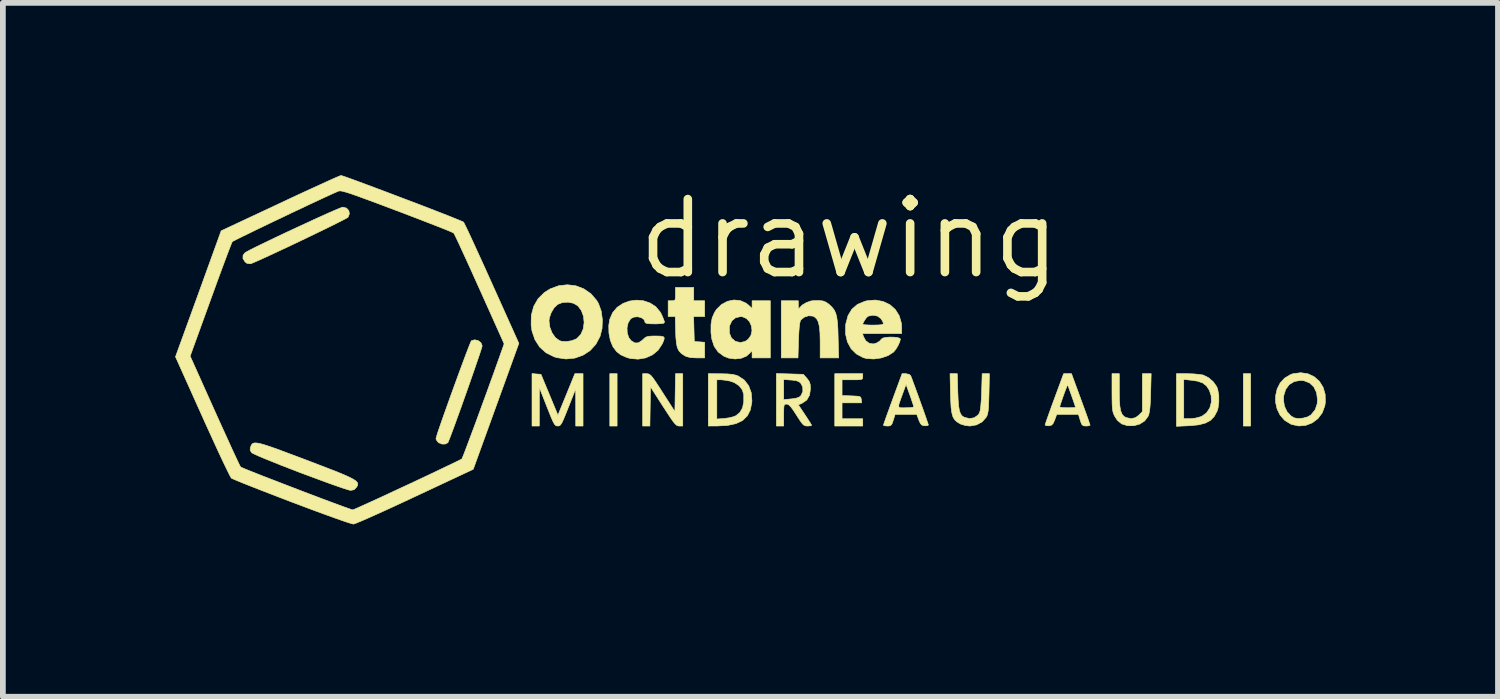
<source format=kicad_pcb>
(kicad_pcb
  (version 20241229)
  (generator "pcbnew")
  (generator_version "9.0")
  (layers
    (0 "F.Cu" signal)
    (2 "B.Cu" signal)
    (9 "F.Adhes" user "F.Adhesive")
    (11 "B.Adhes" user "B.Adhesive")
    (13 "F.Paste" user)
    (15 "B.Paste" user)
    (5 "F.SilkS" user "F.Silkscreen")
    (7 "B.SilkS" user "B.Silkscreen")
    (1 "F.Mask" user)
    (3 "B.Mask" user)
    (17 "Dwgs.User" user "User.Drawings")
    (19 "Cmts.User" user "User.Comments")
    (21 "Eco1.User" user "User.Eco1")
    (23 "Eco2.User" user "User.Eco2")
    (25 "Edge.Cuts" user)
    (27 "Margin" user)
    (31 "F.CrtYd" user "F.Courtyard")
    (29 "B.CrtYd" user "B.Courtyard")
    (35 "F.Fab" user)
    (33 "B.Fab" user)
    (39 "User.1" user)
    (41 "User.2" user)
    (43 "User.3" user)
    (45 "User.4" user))
  (footprint "drawing"
    (layer "F.Cu")
    (at 11.735 1.106)
    (property "Reference" "drawing" (at 0 0 0) (layer "F.SilkS") (effects (font (size 1.27 1.27) (thickness 0.15))))
    (attr through_hole)
    (fp_poly (pts (xy -4.043 3.26) (xy -4.17 3.26) (xy -4.17 2.349) (xy -4.043 2.349) (xy -4.043 3.26)) (stroke (width 0.01) (type solid)) (fill yes) (layer "F.SilkS"))
    (fp_poly (pts (xy 6.985 3.26) (xy 6.858 3.26) (xy 6.858 2.349) (xy 6.985 2.349) (xy 6.985 3.26)) (stroke (width 0.01) (type solid)) (fill yes) (layer "F.SilkS"))
    (fp_poly (pts (xy 0.233 2.402) (xy 0.231 2.428) (xy 0.221 2.444) (xy 0.193 2.452) (xy 0.139 2.455) (xy 0.053 2.455) (xy -0.127 2.455) (xy -0.127 2.729) (xy 0.037 2.735) (xy 0.119 2.739) (xy 0.169 2.744) (xy 0.194 2.756) (xy 0.204 2.776) (xy 0.208 2.799) (xy 0.214 2.857) (xy -0.127 2.857) (xy -0.127 3.133) (xy 0.233 3.133) (xy 0.233 3.26) (xy -0.254 3.26) (xy -0.254 2.349) (xy 0.233 2.349) (xy 0.233 2.402)) (stroke (width 0.01) (type solid)) (fill yes) (layer "F.SilkS"))
    (fp_poly (pts (xy -3.504 2.351) (xy -3.481 2.36) (xy -3.456 2.379) (xy -3.425 2.415) (xy -3.384 2.472) (xy -3.329 2.555) (xy -3.256 2.668) (xy -3.249 2.679) (xy -3.037 3.009) (xy -3.026 2.349) (xy -2.9 2.349) (xy -2.9 3.26) (xy -2.962 3.26) (xy -2.985 3.257) (xy -3.008 3.246) (xy -3.034 3.222) (xy -3.068 3.181) (xy -3.113 3.117) (xy -3.173 3.026) (xy -3.242 2.92) (xy -3.461 2.579) (xy -3.467 2.92) (xy -3.472 3.26) (xy -3.598 3.26) (xy -3.598 2.349) (xy -3.53 2.349) (xy -3.504 2.351)) (stroke (width 0.01) (type solid)) (fill yes) (layer "F.SilkS"))
    (fp_poly (pts (xy -2.709 1.079) (xy -2.519 1.079) (xy -2.519 1.355) (xy -2.711 1.355) (xy -2.705 1.572) (xy -2.699 1.789) (xy -2.609 1.795) (xy -2.519 1.802) (xy -2.519 2.074) (xy -2.662 2.074) (xy -2.762 2.069) (xy -2.835 2.051) (xy -2.872 2.033) (xy -2.928 1.994) (xy -2.967 1.951) (xy -2.994 1.896) (xy -3.01 1.821) (xy -3.02 1.717) (xy -3.024 1.615) (xy -3.031 1.355) (xy -3.154 1.355) (xy -3.154 1.079) (xy -3.09 1.079) (xy -3.054 1.078) (xy -3.035 1.065) (xy -3.028 1.031) (xy -3.027 0.965) (xy -3.027 0.847) (xy -2.709 0.847) (xy -2.709 1.079)) (stroke (width 0.01) (type solid)) (fill yes) (layer "F.SilkS"))
    (fp_poly (pts (xy -5.446 2.354) (xy -5.368 2.36) (xy -5.073 3.071) (xy -4.925 2.71) (xy -4.778 2.349) (xy -4.636 2.349) (xy -4.636 3.26) (xy -4.763 3.26) (xy -4.763 2.937) (xy -4.764 2.614) (xy -4.892 2.937) (xy -4.94 3.057) (xy -4.975 3.142) (xy -5.002 3.2) (xy -5.024 3.235) (xy -5.043 3.253) (xy -5.063 3.259) (xy -5.076 3.26) (xy -5.098 3.257) (xy -5.117 3.247) (xy -5.136 3.223) (xy -5.159 3.181) (xy -5.189 3.113) (xy -5.228 3.016) (xy -5.264 2.926) (xy -5.395 2.593) (xy -5.396 2.926) (xy -5.397 3.26) (xy -5.524 3.26) (xy -5.524 2.347) (xy -5.446 2.354)) (stroke (width 0.01) (type solid)) (fill yes) (layer "F.SilkS"))
    (fp_poly (pts (xy 4.699 2.647) (xy 4.701 2.799) (xy 4.709 2.914) (xy 4.724 2.998) (xy 4.748 3.056) (xy 4.781 3.093) (xy 4.816 3.112) (xy 4.906 3.132) (xy 4.982 3.114) (xy 5.039 3.071) (xy 5.101 3.009) (xy 5.101 2.349) (xy 5.254 2.349) (xy 5.245 2.683) (xy 5.241 2.822) (xy 5.234 2.926) (xy 5.225 3.002) (xy 5.213 3.057) (xy 5.2 3.092) (xy 5.14 3.172) (xy 5.053 3.227) (xy 4.95 3.255) (xy 4.841 3.254) (xy 4.741 3.223) (xy 4.667 3.163) (xy 4.62 3.091) (xy 4.601 3.051) (xy 4.588 3.01) (xy 4.58 2.96) (xy 4.575 2.893) (xy 4.573 2.801) (xy 4.572 2.674) (xy 4.572 2.349) (xy 4.699 2.349) (xy 4.699 2.647)) (stroke (width 0.01) (type solid)) (fill yes) (layer "F.SilkS"))
    (fp_poly (pts (xy -2.238 2.35) (xy -2.121 2.353) (xy -2.035 2.361) (xy -1.97 2.376) (xy -1.936 2.389) (xy -1.83 2.459) (xy -1.753 2.558) (xy -1.708 2.68) (xy -1.696 2.821) (xy -1.698 2.847) (xy -1.723 2.979) (xy -1.776 3.083) (xy -1.858 3.163) (xy -1.971 3.217) (xy -2.117 3.249) (xy -2.291 3.259) (xy -2.455 3.26) (xy -2.455 2.455) (xy -2.307 2.455) (xy -2.307 3.138) (xy -2.172 3.128) (xy -2.089 3.116) (xy -2.014 3.097) (xy -1.974 3.08) (xy -1.904 3.022) (xy -1.859 2.943) (xy -1.838 2.839) (xy -1.838 2.715) (xy -1.862 2.632) (xy -1.92 2.558) (xy -2.004 2.503) (xy -2.076 2.478) (xy -2.152 2.464) (xy -2.221 2.456) (xy -2.245 2.455) (xy -2.307 2.455) (xy -2.455 2.455) (xy -2.455 2.349) (xy -2.238 2.35)) (stroke (width 0.01) (type solid)) (fill yes) (layer "F.SilkS"))
    (fp_poly (pts (xy 5.985 2.352) (xy 6.076 2.36) (xy 6.146 2.37) (xy 6.163 2.374) (xy 6.253 2.419) (xy 6.334 2.489) (xy 6.394 2.573) (xy 6.412 2.619) (xy 6.431 2.726) (xy 6.432 2.841) (xy 6.418 2.948) (xy 6.402 3) (xy 6.352 3.093) (xy 6.287 3.161) (xy 6.199 3.208) (xy 6.084 3.239) (xy 5.934 3.254) (xy 5.911 3.255) (xy 5.694 3.265) (xy 5.694 3.133) (xy 5.821 3.133) (xy 5.932 3.132) (xy 6.028 3.122) (xy 6.119 3.097) (xy 6.134 3.091) (xy 6.218 3.031) (xy 6.275 2.945) (xy 6.302 2.843) (xy 6.298 2.732) (xy 6.266 2.636) (xy 6.217 2.562) (xy 6.152 2.511) (xy 6.061 2.479) (xy 5.962 2.464) (xy 5.821 2.449) (xy 5.821 3.133) (xy 5.694 3.133) (xy 5.694 2.349) (xy 5.887 2.349) (xy 5.985 2.352)) (stroke (width 0.01) (type solid)) (fill yes) (layer "F.SilkS"))
    (fp_poly (pts (xy -8.753 -0.533) (xy -8.713 -0.49) (xy -8.703 -0.433) (xy -8.726 -0.375) (xy -8.749 -0.36) (xy -8.806 -0.33) (xy -8.892 -0.286) (xy -9.002 -0.231) (xy -9.13 -0.168) (xy -9.273 -0.099) (xy -9.426 -0.025) (xy -9.583 0.05) (xy -9.74 0.125) (xy -9.892 0.196) (xy -10.035 0.263) (xy -10.163 0.322) (xy -10.271 0.371) (xy -10.355 0.408) (xy -10.41 0.431) (xy -10.427 0.436) (xy -10.483 0.43) (xy -10.518 0.404) (xy -10.556 0.345) (xy -10.554 0.287) (xy -10.523 0.247) (xy -10.494 0.228) (xy -10.431 0.194) (xy -10.34 0.148) (xy -10.225 0.092) (xy -10.092 0.028) (xy -9.946 -0.042) (xy -9.791 -0.115) (xy -9.632 -0.189) (xy -9.474 -0.262) (xy -9.323 -0.332) (xy -9.182 -0.396) (xy -9.058 -0.452) (xy -8.954 -0.497) (xy -8.875 -0.53) (xy -8.827 -0.548) (xy -8.816 -0.55) (xy -8.753 -0.533)) (stroke (width 0.01) (type solid)) (fill yes) (layer "F.SilkS"))
    (fp_poly (pts (xy 1.888 2.662) (xy 1.894 2.807) (xy 1.903 2.915) (xy 1.916 2.993) (xy 1.936 3.048) (xy 1.963 3.084) (xy 2 3.108) (xy 2.004 3.109) (xy 2.091 3.13) (xy 2.174 3.116) (xy 2.24 3.069) (xy 2.266 3.03) (xy 2.279 2.983) (xy 2.289 2.898) (xy 2.298 2.783) (xy 2.303 2.662) (xy 2.312 2.349) (xy 2.438 2.349) (xy 2.431 2.693) (xy 2.427 2.826) (xy 2.423 2.924) (xy 2.417 2.994) (xy 2.408 3.044) (xy 2.396 3.081) (xy 2.381 3.109) (xy 2.311 3.188) (xy 2.214 3.24) (xy 2.101 3.26) (xy 2.095 3.26) (xy 2.016 3.25) (xy 1.94 3.227) (xy 1.926 3.22) (xy 1.872 3.187) (xy 1.832 3.149) (xy 1.803 3.099) (xy 1.784 3.03) (xy 1.771 2.937) (xy 1.764 2.813) (xy 1.76 2.693) (xy 1.753 2.349) (xy 1.879 2.349) (xy 1.888 2.662)) (stroke (width 0.01) (type solid)) (fill yes) (layer "F.SilkS"))
    (fp_poly (pts (xy -0.46 1.083) (xy -0.403 1.106) (xy -0.347 1.147) (xy -0.347 1.148) (xy -0.299 1.194) (xy -0.263 1.241) (xy -0.237 1.296) (xy -0.219 1.366) (xy -0.207 1.458) (xy -0.199 1.579) (xy -0.195 1.72) (xy -0.186 2.074) (xy -0.508 2.074) (xy -0.508 1.794) (xy -0.511 1.644) (xy -0.521 1.532) (xy -0.54 1.45) (xy -0.569 1.394) (xy -0.609 1.359) (xy -0.638 1.346) (xy -0.71 1.341) (xy -0.783 1.364) (xy -0.841 1.41) (xy -0.852 1.426) (xy -0.862 1.465) (xy -0.872 1.538) (xy -0.879 1.638) (xy -0.885 1.757) (xy -0.885 1.773) (xy -0.894 2.074) (xy -1.185 2.074) (xy -1.185 1.079) (xy -0.889 1.079) (xy -0.888 1.159) (xy -0.886 1.207) (xy -0.878 1.217) (xy -0.867 1.203) (xy -0.821 1.155) (xy -0.75 1.112) (xy -0.672 1.084) (xy -0.635 1.078) (xy -0.533 1.075) (xy -0.46 1.083)) (stroke (width 0.01) (type solid)) (fill yes) (layer "F.SilkS"))
    (fp_poly (pts (xy -6.461 1.773) (xy -6.413 1.809) (xy -6.392 1.862) (xy -6.392 1.867) (xy -6.399 1.894) (xy -6.419 1.957) (xy -6.449 2.048) (xy -6.489 2.164) (xy -6.535 2.299) (xy -6.587 2.448) (xy -6.642 2.605) (xy -6.699 2.765) (xy -6.755 2.924) (xy -6.81 3.075) (xy -6.86 3.214) (xy -6.905 3.336) (xy -6.942 3.435) (xy -6.97 3.507) (xy -6.986 3.545) (xy -6.989 3.55) (xy -7.032 3.573) (xy -7.091 3.574) (xy -7.146 3.552) (xy -7.162 3.538) (xy -7.189 3.501) (xy -7.196 3.48) (xy -7.189 3.452) (xy -7.17 3.389) (xy -7.139 3.297) (xy -7.099 3.182) (xy -7.052 3.048) (xy -6.999 2.9) (xy -6.943 2.743) (xy -6.885 2.583) (xy -6.827 2.424) (xy -6.771 2.271) (xy -6.719 2.131) (xy -6.672 2.006) (xy -6.633 1.904) (xy -6.603 1.828) (xy -6.584 1.784) (xy -6.579 1.775) (xy -6.521 1.759) (xy -6.461 1.773)) (stroke (width 0.01) (type solid)) (fill yes) (layer "F.SilkS"))
    (fp_poly (pts (xy -10.307 3.556) (xy -10.248 3.568) (xy -10.169 3.591) (xy -10.066 3.625) (xy -9.936 3.671) (xy -9.776 3.731) (xy -9.581 3.804) (xy -9.461 3.849) (xy -9.242 3.933) (xy -9.06 4.003) (xy -8.911 4.061) (xy -8.793 4.11) (xy -8.703 4.151) (xy -8.637 4.185) (xy -8.592 4.214) (xy -8.567 4.24) (xy -8.557 4.264) (xy -8.559 4.288) (xy -8.572 4.314) (xy -8.58 4.327) (xy -8.622 4.369) (xy -8.682 4.38) (xy -8.684 4.38) (xy -8.718 4.372) (xy -8.788 4.35) (xy -8.887 4.317) (xy -9.012 4.273) (xy -9.158 4.22) (xy -9.32 4.16) (xy -9.495 4.095) (xy -9.557 4.072) (xy -9.733 4.004) (xy -9.898 3.94) (xy -10.047 3.88) (xy -10.176 3.828) (xy -10.28 3.784) (xy -10.355 3.75) (xy -10.397 3.729) (xy -10.402 3.725) (xy -10.43 3.685) (xy -10.428 3.64) (xy -10.423 3.626) (xy -10.412 3.597) (xy -10.398 3.575) (xy -10.379 3.56) (xy -10.349 3.554) (xy -10.307 3.556)) (stroke (width 0.01) (type solid)) (fill yes) (layer "F.SilkS"))
    (fp_poly (pts (xy 7.982 2.35) (xy 8.092 2.402) (xy 8.182 2.482) (xy 8.247 2.586) (xy 8.283 2.709) (xy 8.286 2.848) (xy 8.277 2.908) (xy 8.232 3.03) (xy 8.157 3.13) (xy 8.059 3.204) (xy 7.946 3.248) (xy 7.824 3.259) (xy 7.701 3.233) (xy 7.684 3.226) (xy 7.577 3.16) (xy 7.498 3.07) (xy 7.446 2.964) (xy 7.42 2.848) (xy 7.42 2.8) (xy 7.557 2.8) (xy 7.573 2.913) (xy 7.62 3.012) (xy 7.691 3.087) (xy 7.747 3.119) (xy 7.815 3.13) (xy 7.899 3.122) (xy 7.98 3.1) (xy 8.035 3.067) (xy 8.108 2.978) (xy 8.143 2.876) (xy 8.149 2.8) (xy 8.133 2.678) (xy 8.086 2.58) (xy 8.012 2.51) (xy 7.915 2.472) (xy 7.853 2.466) (xy 7.745 2.485) (xy 7.658 2.538) (xy 7.596 2.621) (xy 7.562 2.73) (xy 7.557 2.8) (xy 7.42 2.8) (xy 7.421 2.729) (xy 7.447 2.614) (xy 7.5 2.51) (xy 7.578 2.425) (xy 7.681 2.364) (xy 7.721 2.35) (xy 7.857 2.332) (xy 7.982 2.35)) (stroke (width 0.01) (type solid)) (fill yes) (layer "F.SilkS"))
    (fp_poly (pts (xy -1.9 1.076) (xy -1.799 1.121) (xy -1.753 1.157) (xy -1.693 1.214) (xy -1.693 1.079) (xy -1.376 1.079) (xy -1.376 2.074) (xy -1.693 2.074) (xy -1.693 2.006) (xy -1.695 1.961) (xy -1.703 1.954) (xy -1.723 1.981) (xy -1.724 1.982) (xy -1.791 2.043) (xy -1.884 2.081) (xy -1.99 2.093) (xy -2.099 2.078) (xy -2.182 2.046) (xy -2.282 1.973) (xy -2.353 1.873) (xy -2.395 1.743) (xy -2.409 1.632) (xy -2.408 1.54) (xy -2.089 1.54) (xy -2.087 1.644) (xy -2.053 1.727) (xy -1.988 1.783) (xy -1.983 1.786) (xy -1.896 1.807) (xy -1.814 1.787) (xy -1.762 1.751) (xy -1.713 1.682) (xy -1.695 1.602) (xy -1.704 1.52) (xy -1.737 1.445) (xy -1.791 1.388) (xy -1.863 1.357) (xy -1.892 1.355) (xy -1.979 1.374) (xy -2.044 1.427) (xy -2.083 1.509) (xy -2.089 1.54) (xy -2.408 1.54) (xy -2.408 1.491) (xy -2.388 1.377) (xy -2.345 1.279) (xy -2.313 1.231) (xy -2.226 1.145) (xy -2.122 1.089) (xy -2.011 1.066) (xy -1.9 1.076)) (stroke (width 0.01) (type solid)) (fill yes) (layer "F.SilkS"))
    (fp_poly (pts (xy -4.76 0.819) (xy -4.622 0.872) (xy -4.499 0.957) (xy -4.4 1.072) (xy -4.366 1.129) (xy -4.319 1.261) (xy -4.299 1.411) (xy -4.305 1.563) (xy -4.339 1.698) (xy -4.412 1.836) (xy -4.513 1.947) (xy -4.638 2.028) (xy -4.78 2.078) (xy -4.933 2.093) (xy -5.09 2.07) (xy -5.139 2.055) (xy -5.278 1.986) (xy -5.39 1.886) (xy -5.473 1.757) (xy -5.525 1.604) (xy -5.539 1.504) (xy -5.538 1.429) (xy -5.228 1.429) (xy -5.214 1.538) (xy -5.176 1.637) (xy -5.119 1.719) (xy -5.048 1.772) (xy -5.01 1.785) (xy -4.924 1.79) (xy -4.83 1.774) (xy -4.751 1.742) (xy -4.741 1.735) (xy -4.673 1.663) (xy -4.632 1.568) (xy -4.617 1.459) (xy -4.628 1.349) (xy -4.666 1.247) (xy -4.728 1.166) (xy -4.802 1.123) (xy -4.896 1.104) (xy -4.993 1.11) (xy -5.076 1.142) (xy -5.139 1.201) (xy -5.19 1.286) (xy -5.222 1.378) (xy -5.228 1.429) (xy -5.538 1.429) (xy -5.536 1.332) (xy -5.495 1.178) (xy -5.419 1.045) (xy -5.309 0.936) (xy -5.209 0.873) (xy -5.061 0.818) (xy -4.909 0.801) (xy -4.76 0.819)) (stroke (width 0.01) (type solid)) (fill yes) (layer "F.SilkS"))
    (fp_poly (pts (xy -1.035 2.353) (xy -0.801 2.36) (xy -0.739 2.429) (xy -0.701 2.48) (xy -0.682 2.532) (xy -0.677 2.605) (xy -0.677 2.612) (xy -0.693 2.723) (xy -0.741 2.807) (xy -0.822 2.863) (xy -0.828 2.866) (xy -0.888 2.891) (xy -0.772 3.064) (xy -0.723 3.139) (xy -0.684 3.2) (xy -0.661 3.239) (xy -0.656 3.249) (xy -0.675 3.256) (xy -0.72 3.26) (xy -0.728 3.26) (xy -0.762 3.257) (xy -0.79 3.246) (xy -0.819 3.22) (xy -0.854 3.172) (xy -0.904 3.096) (xy -0.921 3.069) (xy -0.978 2.981) (xy -1.021 2.924) (xy -1.054 2.892) (xy -1.082 2.879) (xy -1.092 2.879) (xy -1.116 2.88) (xy -1.131 2.891) (xy -1.139 2.919) (xy -1.142 2.972) (xy -1.143 3.058) (xy -1.143 3.069) (xy -1.143 3.26) (xy -1.27 3.26) (xy -1.27 2.8) (xy -1.143 2.8) (xy -1.011 2.788) (xy -0.928 2.776) (xy -0.875 2.758) (xy -0.842 2.73) (xy -0.809 2.658) (xy -0.812 2.58) (xy -0.844 2.517) (xy -0.877 2.488) (xy -0.925 2.47) (xy -1.002 2.46) (xy -1.013 2.46) (xy -1.143 2.45) (xy -1.143 2.8) (xy -1.27 2.8) (xy -1.27 2.346) (xy -1.035 2.353)) (stroke (width 0.01) (type solid)) (fill yes) (layer "F.SilkS"))
    (fp_poly (pts (xy 1.046 2.362) (xy 1.069 2.387) (xy 1.091 2.443) (xy 1.121 2.525) (xy 1.158 2.625) (xy 1.199 2.737) (xy 1.24 2.852) (xy 1.281 2.965) (xy 1.317 3.067) (xy 1.346 3.152) (xy 1.367 3.212) (xy 1.376 3.241) (xy 1.376 3.242) (xy 1.358 3.254) (xy 1.313 3.256) (xy 1.31 3.256) (xy 1.267 3.246) (xy 1.238 3.219) (xy 1.213 3.165) (xy 1.209 3.154) (xy 1.174 3.059) (xy 0.796 3.059) (xy 0.765 3.159) (xy 0.744 3.219) (xy 0.722 3.249) (xy 0.69 3.259) (xy 0.663 3.26) (xy 0.616 3.256) (xy 0.593 3.248) (xy 0.593 3.247) (xy 0.6 3.224) (xy 0.619 3.168) (xy 0.649 3.083) (xy 0.688 2.976) (xy 0.712 2.91) (xy 0.858 2.91) (xy 0.866 2.933) (xy 0.892 2.942) (xy 0.937 2.943) (xy 0.983 2.942) (xy 1.053 2.94) (xy 1.103 2.934) (xy 1.122 2.927) (xy 1.115 2.901) (xy 1.097 2.846) (xy 1.071 2.769) (xy 1.055 2.723) (xy 0.987 2.536) (xy 0.93 2.691) (xy 0.892 2.796) (xy 0.867 2.867) (xy 0.858 2.91) (xy 0.712 2.91) (xy 0.733 2.853) (xy 0.755 2.792) (xy 0.918 2.349) (xy 0.986 2.349) (xy 1.046 2.362)) (stroke (width 0.01) (type solid)) (fill yes) (layer "F.SilkS"))
    (fp_poly (pts (xy 4.029 2.791) (xy 4.076 2.919) (xy 4.118 3.034) (xy 4.152 3.13) (xy 4.176 3.201) (xy 4.189 3.24) (xy 4.191 3.246) (xy 4.172 3.255) (xy 4.127 3.26) (xy 4.121 3.26) (xy 4.077 3.256) (xy 4.051 3.239) (xy 4.031 3.197) (xy 4.019 3.159) (xy 3.988 3.059) (xy 3.61 3.059) (xy 3.575 3.154) (xy 3.549 3.213) (xy 3.522 3.243) (xy 3.481 3.255) (xy 3.474 3.256) (xy 3.428 3.254) (xy 3.408 3.242) (xy 3.408 3.241) (xy 3.415 3.216) (xy 3.435 3.157) (xy 3.465 3.071) (xy 3.504 2.963) (xy 3.517 2.927) (xy 3.662 2.927) (xy 3.681 2.935) (xy 3.732 2.94) (xy 3.799 2.942) (xy 3.869 2.941) (xy 3.919 2.938) (xy 3.937 2.933) (xy 3.93 2.91) (xy 3.913 2.859) (xy 3.889 2.789) (xy 3.862 2.713) (xy 3.836 2.64) (xy 3.815 2.581) (xy 3.802 2.548) (xy 3.8 2.545) (xy 3.792 2.56) (xy 3.773 2.606) (xy 3.748 2.671) (xy 3.721 2.745) (xy 3.696 2.818) (xy 3.675 2.879) (xy 3.663 2.919) (xy 3.662 2.927) (xy 3.517 2.927) (xy 3.549 2.839) (xy 3.569 2.785) (xy 3.73 2.349) (xy 3.867 2.349) (xy 4.029 2.791)) (stroke (width 0.01) (type solid)) (fill yes) (layer "F.SilkS"))
    (fp_poly (pts (xy -3.586 1.079) (xy -3.472 1.117) (xy -3.371 1.182) (xy -3.292 1.276) (xy -3.269 1.319) (xy -3.241 1.384) (xy -3.222 1.435) (xy -3.218 1.455) (xy -3.232 1.47) (xy -3.278 1.478) (xy -3.361 1.482) (xy -3.387 1.482) (xy -3.476 1.48) (xy -3.53 1.473) (xy -3.553 1.462) (xy -3.556 1.453) (xy -3.574 1.406) (xy -3.621 1.374) (xy -3.683 1.358) (xy -3.748 1.363) (xy -3.803 1.39) (xy -3.809 1.396) (xy -3.851 1.464) (xy -3.87 1.551) (xy -3.866 1.642) (xy -3.838 1.724) (xy -3.796 1.777) (xy -3.731 1.814) (xy -3.672 1.812) (xy -3.61 1.771) (xy -3.595 1.757) (xy -3.559 1.724) (xy -3.524 1.705) (xy -3.477 1.696) (xy -3.404 1.693) (xy -3.374 1.693) (xy -3.288 1.695) (xy -3.239 1.704) (xy -3.221 1.726) (xy -3.23 1.768) (xy -3.257 1.831) (xy -3.328 1.939) (xy -3.427 2.021) (xy -3.546 2.074) (xy -3.678 2.096) (xy -3.815 2.084) (xy -3.879 2.065) (xy -3.979 2.021) (xy -4.052 1.964) (xy -4.113 1.882) (xy -4.119 1.872) (xy -4.161 1.768) (xy -4.185 1.642) (xy -4.188 1.511) (xy -4.171 1.402) (xy -4.12 1.286) (xy -4.042 1.194) (xy -3.942 1.127) (xy -3.828 1.085) (xy -3.707 1.069) (xy -3.586 1.079)) (stroke (width 0.01) (type solid)) (fill yes) (layer "F.SilkS"))
    (fp_poly (pts (xy 0.588 1.092) (xy 0.706 1.148) (xy 0.801 1.233) (xy 0.869 1.342) (xy 0.906 1.471) (xy 0.91 1.539) (xy 0.91 1.651) (xy 0.23 1.651) (xy 0.244 1.699) (xy 0.286 1.776) (xy 0.348 1.821) (xy 0.422 1.831) (xy 0.484 1.811) (xy 0.531 1.779) (xy 0.558 1.747) (xy 0.558 1.747) (xy 0.584 1.729) (xy 0.637 1.717) (xy 0.705 1.712) (xy 0.776 1.713) (xy 0.839 1.72) (xy 0.879 1.734) (xy 0.889 1.747) (xy 0.877 1.795) (xy 0.848 1.859) (xy 0.81 1.923) (xy 0.771 1.971) (xy 0.769 1.973) (xy 0.674 2.034) (xy 0.555 2.075) (xy 0.426 2.093) (xy 0.301 2.085) (xy 0.243 2.07) (xy 0.125 2.007) (xy 0.031 1.915) (xy -0.033 1.797) (xy -0.066 1.66) (xy -0.065 1.508) (xy -0.063 1.491) (xy 0.233 1.491) (xy 0.252 1.496) (xy 0.305 1.5) (xy 0.38 1.503) (xy 0.413 1.503) (xy 0.505 1.501) (xy 0.561 1.496) (xy 0.588 1.485) (xy 0.593 1.474) (xy 0.58 1.438) (xy 0.551 1.392) (xy 0.549 1.389) (xy 0.49 1.346) (xy 0.411 1.331) (xy 0.329 1.347) (xy 0.299 1.372) (xy 0.265 1.419) (xy 0.239 1.467) (xy 0.233 1.491) (xy -0.063 1.491) (xy -0.062 1.483) (xy -0.023 1.338) (xy 0.045 1.225) (xy 0.142 1.142) (xy 0.269 1.089) (xy 0.309 1.079) (xy 0.454 1.067) (xy 0.588 1.092)) (stroke (width 0.01) (type solid)) (fill yes) (layer "F.SilkS"))
    (fp_poly (pts (xy -8.823 -1.094) (xy -8.761 -1.073) (xy -8.669 -1.04) (xy -8.552 -0.997) (xy -8.412 -0.945) (xy -8.257 -0.887) (xy -8.088 -0.824) (xy -7.912 -0.757) (xy -7.733 -0.689) (xy -7.555 -0.622) (xy -7.383 -0.556) (xy -7.221 -0.493) (xy -7.074 -0.436) (xy -6.947 -0.386) (xy -6.843 -0.344) (xy -6.767 -0.313) (xy -6.724 -0.294) (xy -6.716 -0.29) (xy -6.703 -0.266) (xy -6.674 -0.208) (xy -6.631 -0.118) (xy -6.576 0.00012) (xy -6.511 0.142) (xy -6.437 0.304) (xy -6.355 0.483) (xy -6.268 0.676) (xy -6.222 0.778) (xy -5.753 1.821) (xy -6.15 2.917) (xy -6.547 4.013) (xy -7.561 4.488) (xy -7.756 4.579) (xy -7.941 4.665) (xy -8.112 4.743) (xy -8.265 4.812) (xy -8.397 4.871) (xy -8.503 4.917) (xy -8.58 4.949) (xy -8.624 4.965) (xy -8.632 4.967) (xy -8.662 4.96) (xy -8.728 4.94) (xy -8.826 4.907) (xy -8.951 4.863) (xy -9.1 4.809) (xy -9.268 4.748) (xy -9.452 4.679) (xy -9.648 4.605) (xy -9.705 4.584) (xy -9.903 4.508) (xy -10.089 4.436) (xy -10.261 4.37) (xy -10.413 4.31) (xy -10.542 4.259) (xy -10.645 4.217) (xy -10.716 4.187) (xy -10.754 4.17) (xy -10.757 4.168) (xy -10.773 4.143) (xy -10.803 4.084) (xy -10.848 3.993) (xy -10.905 3.874) (xy -10.972 3.732) (xy -11.047 3.569) (xy -11.129 3.389) (xy -11.217 3.197) (xy -11.262 3.096) (xy -11.73 2.055) (xy -11.726 2.043) (xy -11.475 2.043) (xy -11.048 2.995) (xy -10.963 3.184) (xy -10.882 3.361) (xy -10.808 3.523) (xy -10.743 3.667) (xy -10.687 3.787) (xy -10.643 3.88) (xy -10.613 3.943) (xy -10.597 3.972) (xy -10.596 3.973) (xy -10.573 3.984) (xy -10.515 4.009) (xy -10.427 4.044) (xy -10.313 4.09) (xy -10.178 4.143) (xy -10.027 4.201) (xy -9.864 4.264) (xy -9.695 4.329) (xy -9.524 4.395) (xy -9.355 4.459) (xy -9.194 4.52) (xy -9.045 4.576) (xy -8.912 4.625) (xy -8.801 4.666) (xy -8.716 4.696) (xy -8.662 4.715) (xy -8.644 4.719) (xy -8.621 4.711) (xy -8.563 4.686) (xy -8.475 4.646) (xy -8.359 4.594) (xy -8.221 4.531) (xy -8.063 4.458) (xy -7.89 4.377) (xy -7.705 4.291) (xy -7.692 4.285) (xy -7.506 4.198) (xy -7.332 4.116) (xy -7.174 4.041) (xy -7.035 3.974) (xy -6.919 3.919) (xy -6.829 3.875) (xy -6.77 3.846) (xy -6.745 3.833) (xy -6.745 3.832) (xy -6.735 3.809) (xy -6.711 3.751) (xy -6.677 3.662) (xy -6.633 3.545) (xy -6.581 3.406) (xy -6.522 3.248) (xy -6.459 3.077) (xy -6.393 2.895) (xy -6.324 2.708) (xy -6.256 2.52) (xy -6.189 2.335) (xy -6.126 2.158) (xy -6.088 2.052) (xy -6.009 1.829) (xy -6.436 0.877) (xy -6.521 0.689) (xy -6.601 0.511) (xy -6.675 0.349) (xy -6.741 0.206) (xy -6.796 0.086) (xy -6.84 -0.007) (xy -6.871 -0.07) (xy -6.886 -0.098) (xy -6.887 -0.099) (xy -6.911 -0.111) (xy -6.971 -0.137) (xy -7.062 -0.174) (xy -7.182 -0.221) (xy -7.325 -0.277) (xy -7.488 -0.34) (xy -7.668 -0.409) (xy -7.859 -0.482) (xy -7.874 -0.487) (xy -8.099 -0.572) (xy -8.288 -0.643) (xy -8.444 -0.7) (xy -8.57 -0.746) (xy -8.67 -0.781) (xy -8.747 -0.806) (xy -8.804 -0.822) (xy -8.845 -0.831) (xy -8.872 -0.833) (xy -8.89 -0.83) (xy -8.89 -0.83) (xy -8.939 -0.809) (xy -9.018 -0.774) (xy -9.123 -0.726) (xy -9.249 -0.667) (xy -9.391 -0.601) (xy -9.545 -0.528) (xy -9.707 -0.452) (xy -9.871 -0.373) (xy -10.034 -0.296) (xy -10.19 -0.221) (xy -10.336 -0.151) (xy -10.466 -0.087) (xy -10.576 -0.034) (xy -10.662 0.009) (xy -10.719 0.038) (xy -10.742 0.052) (xy -10.742 0.052) (xy -10.753 0.076) (xy -10.777 0.137) (xy -10.813 0.23) (xy -10.858 0.35) (xy -10.912 0.495) (xy -10.973 0.66) (xy -11.039 0.841) (xy -11.109 1.034) (xy -11.119 1.061) (xy -11.475 2.043) (xy -11.726 2.043) (xy -11.332 0.959) (xy -10.935 -0.138) (xy -9.907 -0.619) (xy -9.712 -0.711) (xy -9.527 -0.797) (xy -9.357 -0.875) (xy -9.206 -0.944) (xy -9.077 -1.003) (xy -8.973 -1.05) (xy -8.899 -1.082) (xy -8.857 -1.099) (xy -8.85 -1.101) (xy -8.823 -1.094)) (stroke (width 0.01) (type solid)) (fill yes) (layer "F.SilkS")))
  (gr_rect
    (start -3 -3)
    (end 23.026 9.078)
    (stroke (width 0.1) (type default))
    (fill no)
    (layer "Edge.Cuts")))
</source>
